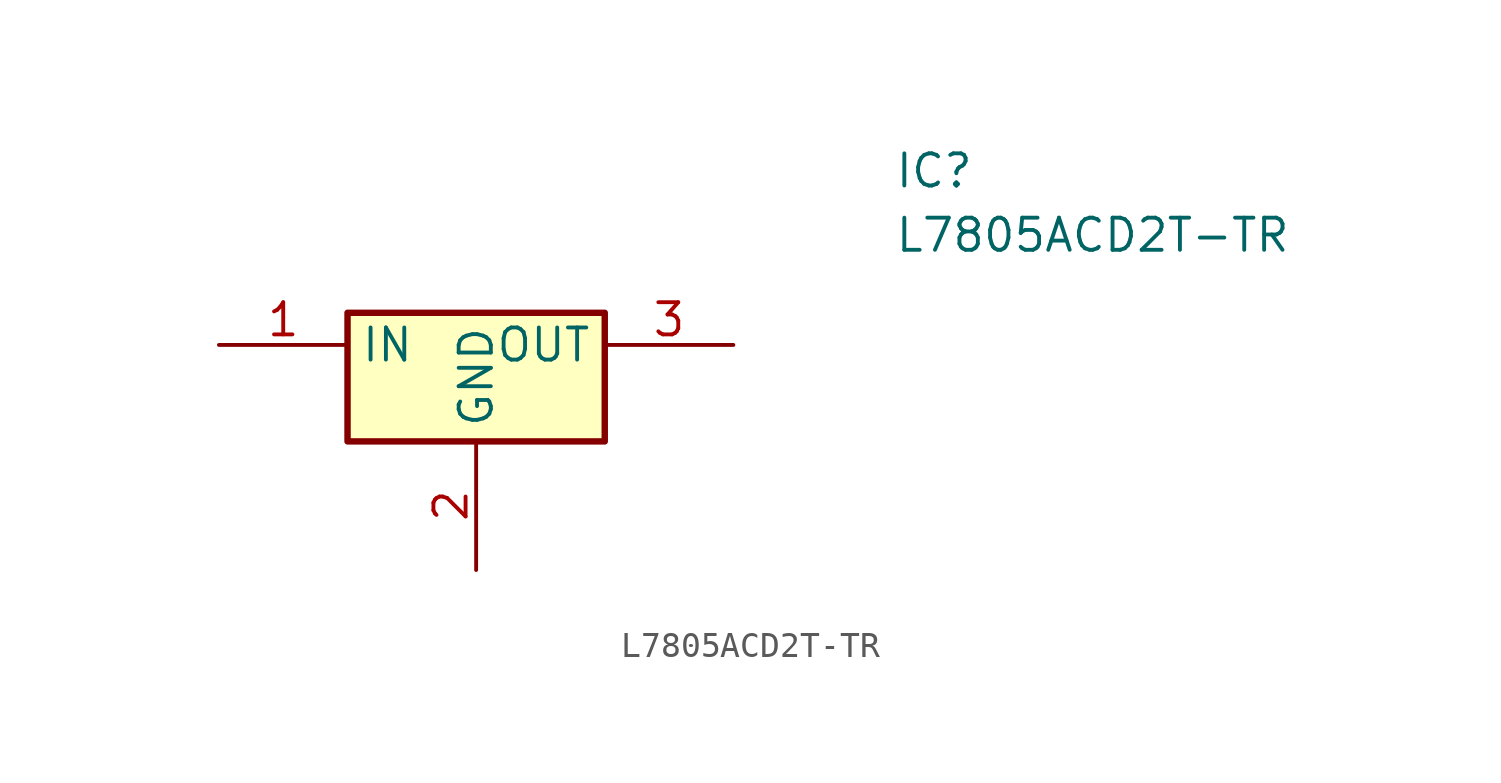
<source format=kicad_sym>
(kicad_symbol_lib
  (version 20241209)
  (generator "kicad_symbol_editor")
  (generator_version "9.0")
  (symbol "L7805ACD2T-TR"
    (property "Reference" "IC"
      (at 26.67 7.62 0)
      (effects (font (size 1.27 1.27)) (justify left top)))
    (property "Value" "L7805ACD2T-TR"
      (at 26.67 5.08 0)
      (effects (font (size 1.27 1.27)) (justify left top)))
    (symbol "L7805ACD2T-TR_1_1"
      (rectangle (start 5.08 1.27) (end 15.24 -3.81) (stroke (width 0.254) (type default)) (fill (type background)))
      (pin passive line (at 0 0 0) (length 5.08) (name "IN" (effects (font (size 1.27 1.27)))) (number "1" (effects (font (size 1.27 1.27)))))
      (pin passive line (at 10.16 -8.89 90) (length 5.08) (name "GND" (effects (font (size 1.27 1.27)))) (number "2" (effects (font (size 1.27 1.27)))))
      (pin passive line (at 20.32 0 180) (length 5.08) (name "OUT" (effects (font (size 1.27 1.27)))) (number "3" (effects (font (size 1.27 1.27))))))))
</source>
